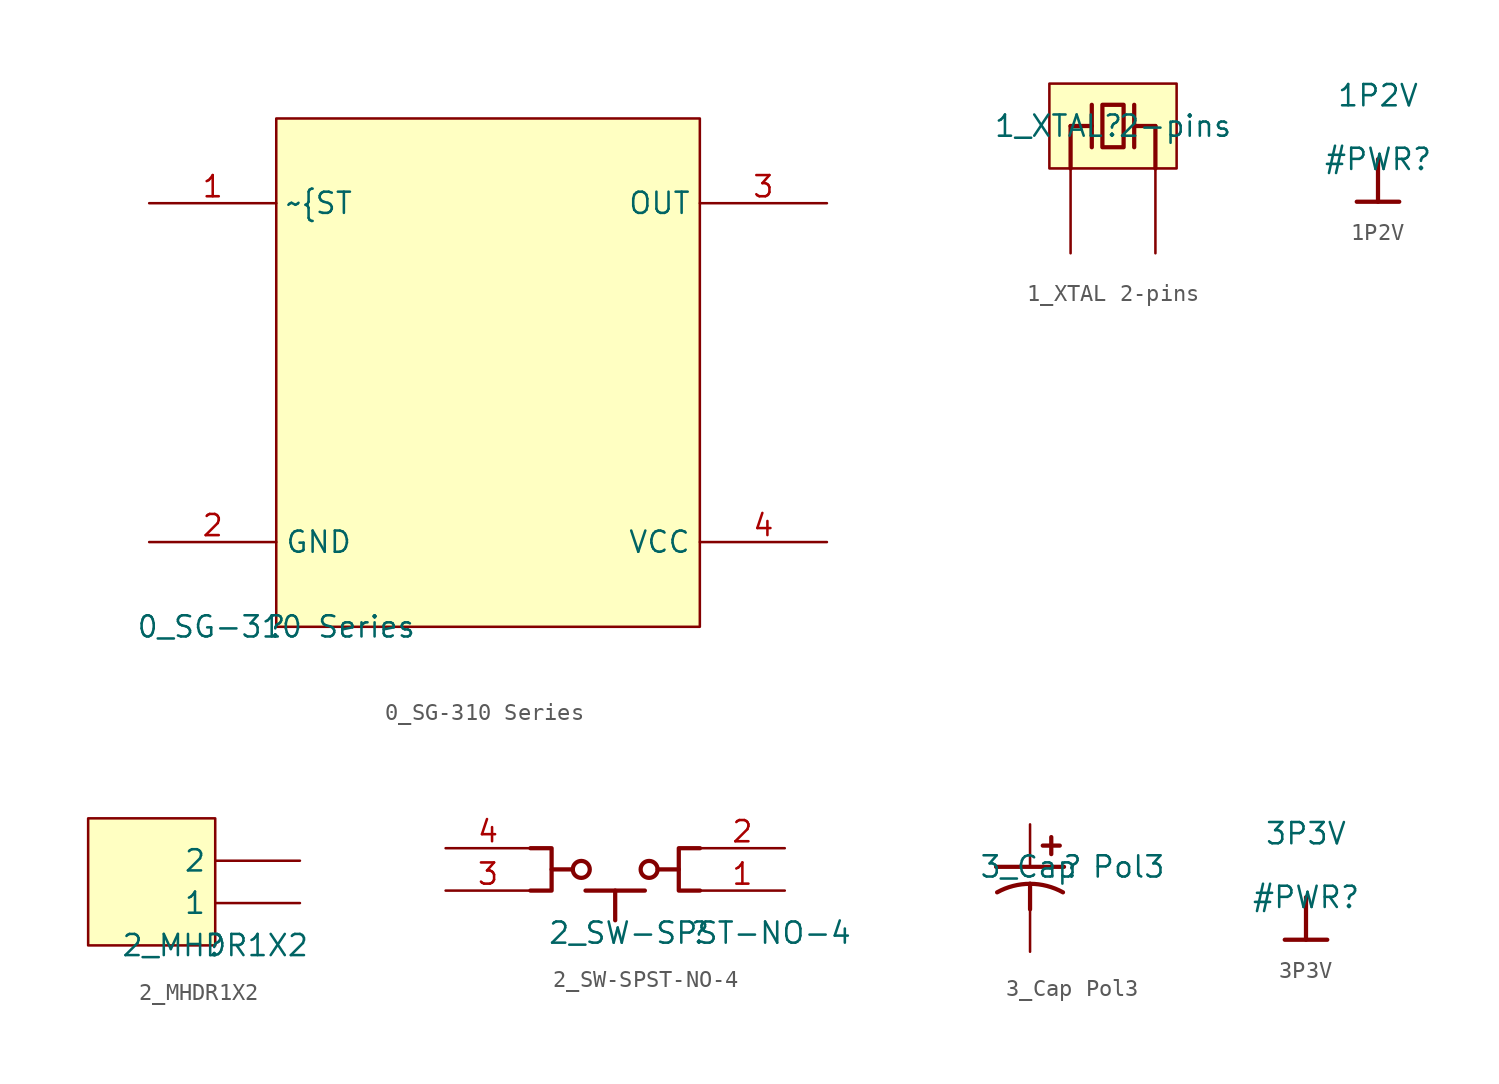
<source format=kicad_sym>
(kicad_symbol_lib
  (version 20211014)
  (generator kicad_symbol_editor)
  (symbol "0_SG-310 Series"
    (property "Reference" ""
      (at 0 0 0)
      (effects (font (size 1.27 1.27))))
    (property "Value" "0_SG-310 Series"
      (at 0 0 0)
      (effects (font (size 1.27 1.27))))
    (symbol "0_SG-310 Series_1_0"
      (rectangle (start 25.4 30.48) (end 0 0) (stroke (width 0) (type default) (color 0 0 0 0)) (fill (type background)))
      (pin passive line (at -7.62 25.4 0) (length 7.62) (name "~{ST" (effects (font (size 1.27 1.27)))) (number "1" (effects (font (size 1.27 1.27)))))
      (pin passive line (at -7.62 5.08 0) (length 7.62) (name "GND" (effects (font (size 1.27 1.27)))) (number "2" (effects (font (size 1.27 1.27)))))
      (pin passive line (at 33.02 25.4 180) (length 7.62) (name "OUT" (effects (font (size 1.27 1.27)))) (number "3" (effects (font (size 1.27 1.27)))))
      (pin passive line (at 33.02 5.08 180) (length 7.62) (name "VCC" (effects (font (size 1.27 1.27)))) (number "4" (effects (font (size 1.27 1.27)))))))
  (symbol "1_XTAL 2-pins"
    (property "Reference" ""
      (at 0 0 0)
      (effects (font (size 1.27 1.27))))
    (property "Value" "1_XTAL 2-pins"
      (at 0 0 0)
      (effects (font (size 1.27 1.27))))
    (symbol "1_XTAL 2-pins_1_0"
      (polyline (pts (xy -2.54 -2.54) (xy -2.54 0)) (stroke (width 0.254) (type default) (color 0 0 0 0)) (fill (type none)))
      (polyline (pts (xy -1.27 -1.27) (xy -1.27 1.27)) (stroke (width 0.254) (type default) (color 0 0 0 0)) (fill (type none)))
      (polyline (pts (xy -1.27 0) (xy -2.54 0)) (stroke (width 0.254) (type default) (color 0 0 0 0)) (fill (type none)))
      (polyline (pts (xy 1.27 -1.27) (xy 1.27 1.27)) (stroke (width 0.254) (type default) (color 0 0 0 0)) (fill (type none)))
      (polyline (pts (xy 2.54 -2.54) (xy 2.54 0)) (stroke (width 0.254) (type default) (color 0 0 0 0)) (fill (type none)))
      (polyline (pts (xy 2.54 0) (xy 1.27 0)) (stroke (width 0.254) (type default) (color 0 0 0 0)) (fill (type none)))
      (polyline (pts (xy 0.635 -1.27) (xy -0.635 -1.27) (xy -0.635 1.27) (xy 0.635 1.27) (xy 0.635 -1.27)) (stroke (width 0.254) (type default) (color 0 0 0 0)) (fill (type none)))
      (rectangle (start 3.81 2.54) (end -3.81 -2.54) (stroke (width 0) (type default) (color 0 0 0 0)) (fill (type background)))
      (pin power_in line (at 2.54 -7.62 90) (length 5.08) (name "1" (effects (font (size 0 0)))) (number "1" (effects (font (size 0 0)))))
      (pin power_in line (at -2.54 -7.62 90) (length 5.08) (name "2" (effects (font (size 0 0)))) (number "2" (effects (font (size 0 0)))))))
  (symbol "1P2V"
    (power)
    (property "Reference" "#PWR"
      (at 0 0 0)
      (effects (font (size 1.27 1.27))))
    (property "Value" "1P2V"
      (at 0 3.81 0)
      (effects (font (size 1.27 1.27))))
    (symbol "1P2V_0_0"
      (polyline (pts (xy -1.27 -2.54) (xy 1.27 -2.54)) (stroke (width 0.254) (type default) (color 0 0 0 0)) (fill (type none)))
      (polyline (pts (xy 0 0) (xy 0 -2.54)) (stroke (width 0.254) (type default) (color 0 0 0 0)) (fill (type none)))
      (pin power_in line (at 0 0 0) (length 0) hide (name "1P2V" (effects (font (size 1.27 1.27)))) (number "" (effects (font (size 1.27 1.27)))))))
  (symbol "2_MHDR1X2"
    (property "Reference" ""
      (at 0 0 0)
      (effects (font (size 1.27 1.27))))
    (property "Value" "2_MHDR1X2"
      (at 0 0 0)
      (effects (font (size 1.27 1.27))))
    (symbol "2_MHDR1X2_1_0"
      (rectangle (start 0 7.62) (end -7.62 0) (stroke (width 0) (type default) (color 0 0 0 0)) (fill (type background)))
      (pin passive line (at 5.08 2.54 180) (length 5.08) (name "1" (effects (font (size 1.27 1.27)))) (number "1" (effects (font (size 0 0)))))
      (pin passive line (at 5.08 5.08 180) (length 5.08) (name "2" (effects (font (size 1.27 1.27)))) (number "2" (effects (font (size 0 0)))))))
  (symbol "2_SW-SPST-NO-4"
    (property "Reference" ""
      (at 0 0 0)
      (effects (font (size 1.27 1.27))))
    (property "Value" "2_SW-SPST-NO-4"
      (at 0 0 0)
      (effects (font (size 1.27 1.27))))
    (symbol "2_SW-SPST-NO-4_1_0"
      (circle (center -7.112 3.81) (radius 0.508) (stroke (width 0.254) (type default) (color 0 0 0 0)) (fill (type none)))
      (circle (center -3.048 3.81) (radius 0.508) (stroke (width 0.254) (type default) (color 0 0 0 0)) (fill (type none)))
      (polyline (pts (xy -7.62 3.81) (xy -8.89 3.81)) (stroke (width 0.254) (type default) (color 0 0 0 0)) (fill (type none)))
      (polyline (pts (xy -6.858 2.54) (xy -3.302 2.54)) (stroke (width 0.254) (type default) (color 0 0 0 0)) (fill (type none)))
      (polyline (pts (xy -5.08 2.54) (xy -5.08 0.762)) (stroke (width 0.254) (type default) (color 0 0 0 0)) (fill (type none)))
      (polyline (pts (xy -2.54 3.81) (xy -1.27 3.81)) (stroke (width 0.254) (type default) (color 0 0 0 0)) (fill (type none)))
      (polyline (pts (xy -10.16 2.54) (xy -8.89 2.54) (xy -8.89 5.08) (xy -10.16 5.08)) (stroke (width 0.254) (type default) (color 0 0 0 0)) (fill (type none)))
      (polyline (pts (xy 0 2.54) (xy -1.27 2.54) (xy -1.27 5.08) (xy 0 5.08)) (stroke (width 0.254) (type default) (color 0 0 0 0)) (fill (type none)))
      (pin passive line (at 5.08 2.54 180) (length 5.08) (name "1" (effects (font (size 0 0)))) (number "1" (effects (font (size 1.27 1.27)))))
      (pin passive line (at 5.08 5.08 180) (length 5.08) (name "2" (effects (font (size 0 0)))) (number "2" (effects (font (size 1.27 1.27)))))
      (pin passive line (at -15.24 2.54 0) (length 5.08) (name "3" (effects (font (size 0 0)))) (number "3" (effects (font (size 1.27 1.27)))))
      (pin passive line (at -15.24 5.08 0) (length 5.08) (name "4" (effects (font (size 0 0)))) (number "4" (effects (font (size 1.27 1.27)))))))
  (symbol "3_Cap Pol3"
    (property "Reference" ""
      (at 0 0 0)
      (effects (font (size 1.27 1.27))))
    (property "Value" "3_Cap Pol3"
      (at 0 0 0)
      (effects (font (size 1.27 1.27))))
    (symbol "3_Cap Pol3_1_0"
      (arc (start -2.54 -1.016) (mid -3.5575 -1.1454) (end -4.5103 -1.5255) (stroke (width 0.254) (type default) (color 0 0 0 0)) (fill (type none)))
      (arc (start -0.5697 -1.5255) (mid -1.5224 -1.1454) (end -2.54 -1.016) (stroke (width 0.254) (type default) (color 0 0 0 0)) (fill (type none)))
      (polyline (pts (xy -4.572 0) (xy -0.508 0)) (stroke (width 0.254) (type default) (color 0 0 0 0)) (fill (type none)))
      (polyline (pts (xy -2.54 -1.016) (xy -2.54 -2.54)) (stroke (width 0.254) (type default) (color 0 0 0 0)) (fill (type none)))
      (polyline (pts (xy -1.778 1.27) (xy -0.762 1.27)) (stroke (width 0.254) (type default) (color 0 0 0 0)) (fill (type none)))
      (polyline (pts (xy -1.27 0.762) (xy -1.27 1.778)) (stroke (width 0.254) (type default) (color 0 0 0 0)) (fill (type none)))
      (pin passive line (at -2.54 2.54 270) (length 2.54) (name "1" (effects (font (size 0 0)))) (number "1" (effects (font (size 0 0)))))
      (pin passive line (at -2.54 -5.08 90) (length 2.54) (name "2" (effects (font (size 0 0)))) (number "2" (effects (font (size 0 0)))))))
  (symbol "3P3V"
    (power)
    (property "Reference" "#PWR"
      (at 0 0 0)
      (effects (font (size 1.27 1.27))))
    (property "Value" "3P3V"
      (at 0 3.81 0)
      (effects (font (size 1.27 1.27))))
    (symbol "3P3V_0_0"
      (polyline (pts (xy -1.27 -2.54) (xy 1.27 -2.54)) (stroke (width 0.254) (type default) (color 0 0 0 0)) (fill (type none)))
      (polyline (pts (xy 0 0) (xy 0 -2.54)) (stroke (width 0.254) (type default) (color 0 0 0 0)) (fill (type none)))
      (pin power_in line (at 0 0 0) (length 0) hide (name "3P3V" (effects (font (size 1.27 1.27)))) (number "" (effects (font (size 1.27 1.27))))))))
</source>
